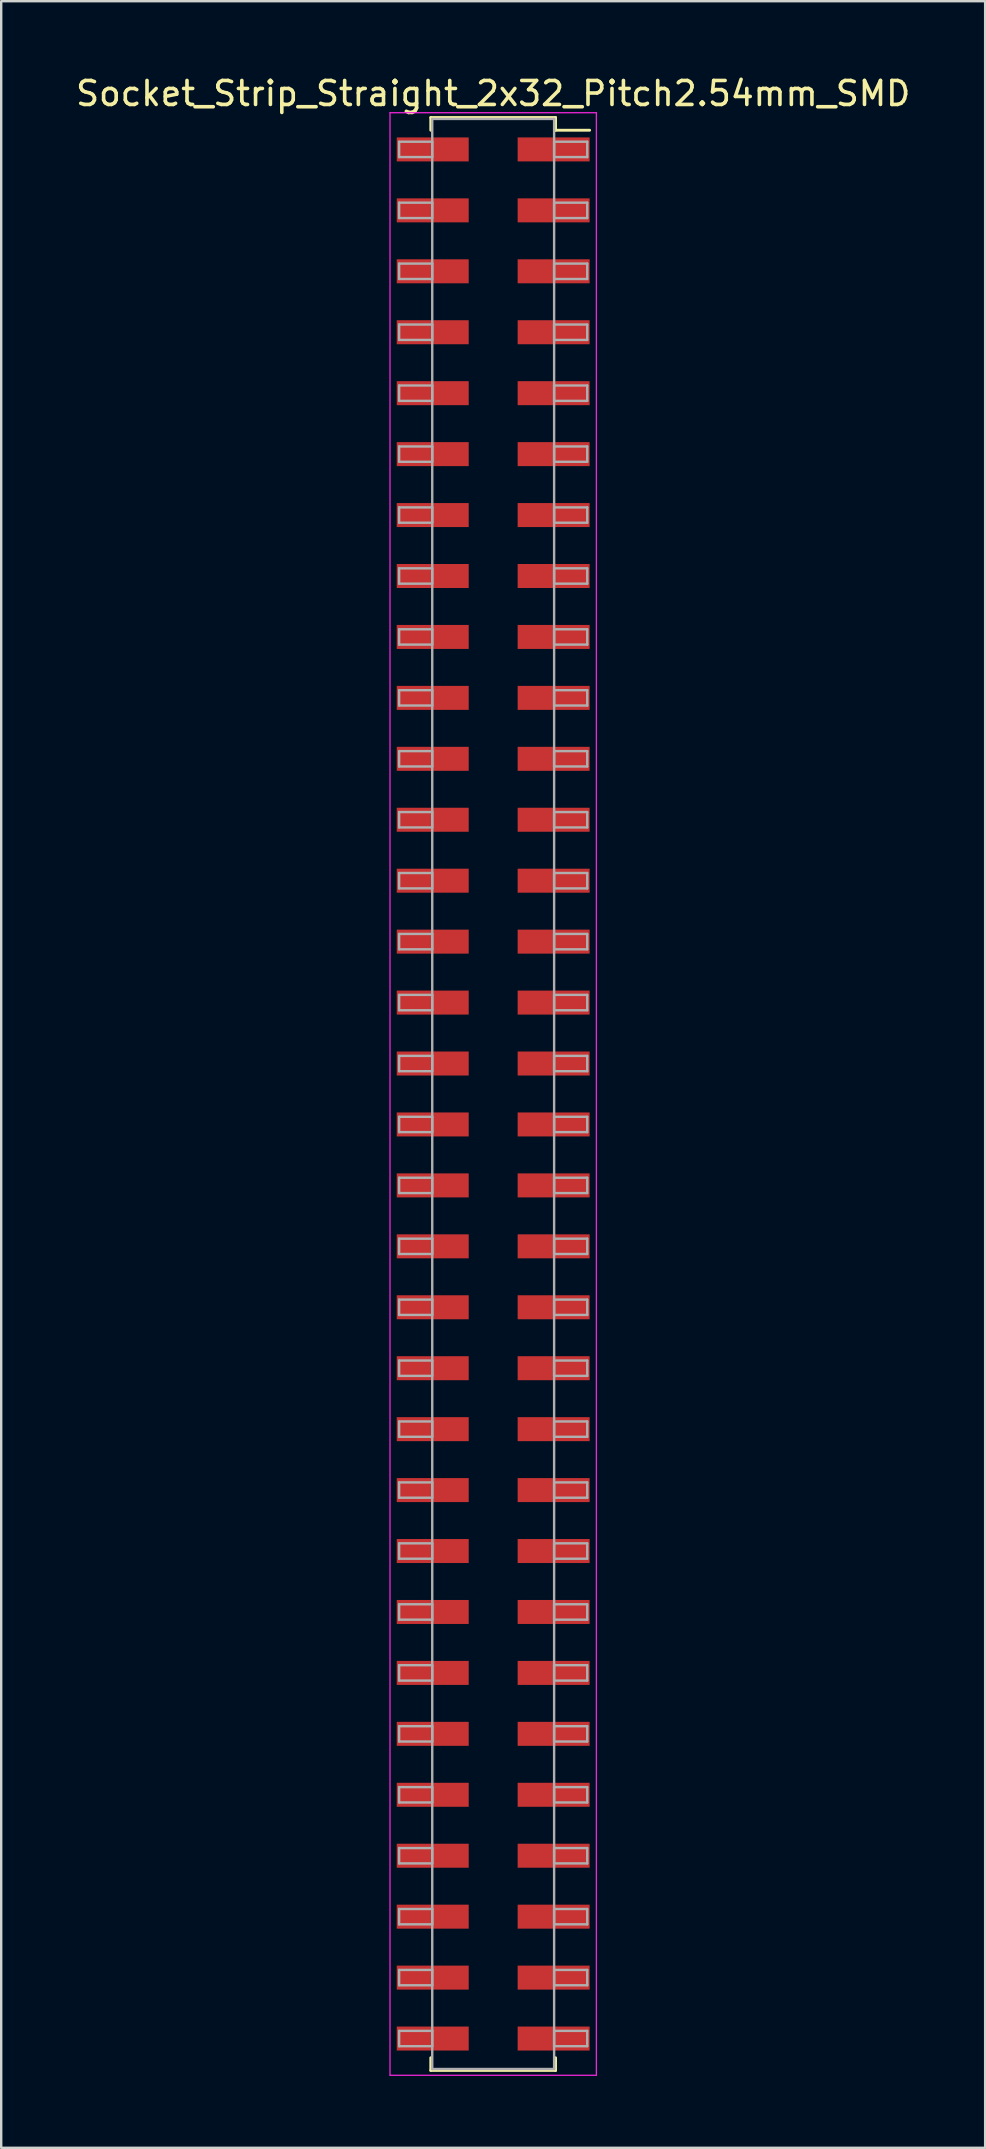
<source format=kicad_pcb>
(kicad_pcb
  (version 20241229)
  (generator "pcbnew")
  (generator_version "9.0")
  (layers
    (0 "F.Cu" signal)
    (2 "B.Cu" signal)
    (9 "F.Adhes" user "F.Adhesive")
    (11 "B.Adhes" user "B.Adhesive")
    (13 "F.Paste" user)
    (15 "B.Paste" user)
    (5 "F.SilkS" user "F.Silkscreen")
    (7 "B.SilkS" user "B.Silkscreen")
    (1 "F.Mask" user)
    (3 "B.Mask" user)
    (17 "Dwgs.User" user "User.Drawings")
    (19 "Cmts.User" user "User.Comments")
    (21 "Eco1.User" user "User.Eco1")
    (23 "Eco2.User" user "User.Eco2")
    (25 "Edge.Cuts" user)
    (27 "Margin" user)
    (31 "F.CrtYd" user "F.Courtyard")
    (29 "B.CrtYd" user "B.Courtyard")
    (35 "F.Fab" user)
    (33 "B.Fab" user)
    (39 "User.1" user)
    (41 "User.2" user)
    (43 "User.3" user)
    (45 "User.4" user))
  (footprint "Socket_Strip_Straight_2x32_Pitch2.54mm_SMD"
    (layer "F.Cu")
    (at 17.506 42.548)
    (property "Reference" "Socket_Strip_Straight_2x32_Pitch2.54mm_SMD" (at 0 -41.7 0) (layer "F.SilkS") (effects (font (size 1 1) (thickness 0.15))))
    (attr smd)
    (fp_line (start -2.6 -40.7) (end 2.6 -40.7) (stroke (width 0.12) (type solid)) (layer "F.SilkS"))
    (fp_line (start -2.6 -40.17) (end -2.6 -40.7) (stroke (width 0.12) (type solid)) (layer "F.SilkS"))
    (fp_line (start -2.6 40.17) (end -2.6 40.7) (stroke (width 0.12) (type solid)) (layer "F.SilkS"))
    (fp_line (start -2.6 40.7) (end 2.6 40.7) (stroke (width 0.12) (type solid)) (layer "F.SilkS"))
    (fp_line (start 2.6 -40.7) (end 2.6 -40.17) (stroke (width 0.12) (type solid)) (layer "F.SilkS"))
    (fp_line (start 2.6 40.7) (end 2.6 40.17) (stroke (width 0.12) (type solid)) (layer "F.SilkS"))
    (fp_line (start 4.02 -40.17) (end 2.6 -40.17) (stroke (width 0.12) (type solid)) (layer "F.SilkS"))
    (fp_line (start -4.3 -40.9) (end -4.3 40.9) (stroke (width 0.05) (type solid)) (layer "F.CrtYd"))
    (fp_line (start -4.3 40.9) (end 4.3 40.9) (stroke (width 0.05) (type solid)) (layer "F.CrtYd"))
    (fp_line (start 4.3 -40.9) (end -4.3 -40.9) (stroke (width 0.05) (type solid)) (layer "F.CrtYd"))
    (fp_line (start 4.3 40.9) (end 4.3 -40.9) (stroke (width 0.05) (type solid)) (layer "F.CrtYd"))
    (fp_line (start -3.92 -39.69) (end -2.54 -39.69) (stroke (width 0.1) (type solid)) (layer "F.Fab"))
    (fp_line (start -3.92 -39.05) (end -3.92 -39.69) (stroke (width 0.1) (type solid)) (layer "F.Fab"))
    (fp_line (start -3.92 -37.15) (end -2.54 -37.15) (stroke (width 0.1) (type solid)) (layer "F.Fab"))
    (fp_line (start -3.92 -36.51) (end -3.92 -37.15) (stroke (width 0.1) (type solid)) (layer "F.Fab"))
    (fp_line (start -3.92 -34.61) (end -2.54 -34.61) (stroke (width 0.1) (type solid)) (layer "F.Fab"))
    (fp_line (start -3.92 -33.97) (end -3.92 -34.61) (stroke (width 0.1) (type solid)) (layer "F.Fab"))
    (fp_line (start -3.92 -32.07) (end -2.54 -32.07) (stroke (width 0.1) (type solid)) (layer "F.Fab"))
    (fp_line (start -3.92 -31.43) (end -3.92 -32.07) (stroke (width 0.1) (type solid)) (layer "F.Fab"))
    (fp_line (start -3.92 -29.53) (end -2.54 -29.53) (stroke (width 0.1) (type solid)) (layer "F.Fab"))
    (fp_line (start -3.92 -28.89) (end -3.92 -29.53) (stroke (width 0.1) (type solid)) (layer "F.Fab"))
    (fp_line (start -3.92 -26.99) (end -2.54 -26.99) (stroke (width 0.1) (type solid)) (layer "F.Fab"))
    (fp_line (start -3.92 -26.35) (end -3.92 -26.99) (stroke (width 0.1) (type solid)) (layer "F.Fab"))
    (fp_line (start -3.92 -24.45) (end -2.54 -24.45) (stroke (width 0.1) (type solid)) (layer "F.Fab"))
    (fp_line (start -3.92 -23.81) (end -3.92 -24.45) (stroke (width 0.1) (type solid)) (layer "F.Fab"))
    (fp_line (start -3.92 -21.91) (end -2.54 -21.91) (stroke (width 0.1) (type solid)) (layer "F.Fab"))
    (fp_line (start -3.92 -21.27) (end -3.92 -21.91) (stroke (width 0.1) (type solid)) (layer "F.Fab"))
    (fp_line (start -3.92 -19.37) (end -2.54 -19.37) (stroke (width 0.1) (type solid)) (layer "F.Fab"))
    (fp_line (start -3.92 -18.73) (end -3.92 -19.37) (stroke (width 0.1) (type solid)) (layer "F.Fab"))
    (fp_line (start -3.92 -16.83) (end -2.54 -16.83) (stroke (width 0.1) (type solid)) (layer "F.Fab"))
    (fp_line (start -3.92 -16.19) (end -3.92 -16.83) (stroke (width 0.1) (type solid)) (layer "F.Fab"))
    (fp_line (start -3.92 -14.29) (end -2.54 -14.29) (stroke (width 0.1) (type solid)) (layer "F.Fab"))
    (fp_line (start -3.92 -13.65) (end -3.92 -14.29) (stroke (width 0.1) (type solid)) (layer "F.Fab"))
    (fp_line (start -3.92 -11.75) (end -2.54 -11.75) (stroke (width 0.1) (type solid)) (layer "F.Fab"))
    (fp_line (start -3.92 -11.11) (end -3.92 -11.75) (stroke (width 0.1) (type solid)) (layer "F.Fab"))
    (fp_line (start -3.92 -9.21) (end -2.54 -9.21) (stroke (width 0.1) (type solid)) (layer "F.Fab"))
    (fp_line (start -3.92 -8.57) (end -3.92 -9.21) (stroke (width 0.1) (type solid)) (layer "F.Fab"))
    (fp_line (start -3.92 -6.67) (end -2.54 -6.67) (stroke (width 0.1) (type solid)) (layer "F.Fab"))
    (fp_line (start -3.92 -6.03) (end -3.92 -6.67) (stroke (width 0.1) (type solid)) (layer "F.Fab"))
    (fp_line (start -3.92 -4.13) (end -2.54 -4.13) (stroke (width 0.1) (type solid)) (layer "F.Fab"))
    (fp_line (start -3.92 -3.49) (end -3.92 -4.13) (stroke (width 0.1) (type solid)) (layer "F.Fab"))
    (fp_line (start -3.92 -1.59) (end -2.54 -1.59) (stroke (width 0.1) (type solid)) (layer "F.Fab"))
    (fp_line (start -3.92 -0.95) (end -3.92 -1.59) (stroke (width 0.1) (type solid)) (layer "F.Fab"))
    (fp_line (start -3.92 0.95) (end -2.54 0.95) (stroke (width 0.1) (type solid)) (layer "F.Fab"))
    (fp_line (start -3.92 1.59) (end -3.92 0.95) (stroke (width 0.1) (type solid)) (layer "F.Fab"))
    (fp_line (start -3.92 3.49) (end -2.54 3.49) (stroke (width 0.1) (type solid)) (layer "F.Fab"))
    (fp_line (start -3.92 4.13) (end -3.92 3.49) (stroke (width 0.1) (type solid)) (layer "F.Fab"))
    (fp_line (start -3.92 6.03) (end -2.54 6.03) (stroke (width 0.1) (type solid)) (layer "F.Fab"))
    (fp_line (start -3.92 6.67) (end -3.92 6.03) (stroke (width 0.1) (type solid)) (layer "F.Fab"))
    (fp_line (start -3.92 8.57) (end -2.54 8.57) (stroke (width 0.1) (type solid)) (layer "F.Fab"))
    (fp_line (start -3.92 9.21) (end -3.92 8.57) (stroke (width 0.1) (type solid)) (layer "F.Fab"))
    (fp_line (start -3.92 11.11) (end -2.54 11.11) (stroke (width 0.1) (type solid)) (layer "F.Fab"))
    (fp_line (start -3.92 11.75) (end -3.92 11.11) (stroke (width 0.1) (type solid)) (layer "F.Fab"))
    (fp_line (start -3.92 13.65) (end -2.54 13.65) (stroke (width 0.1) (type solid)) (layer "F.Fab"))
    (fp_line (start -3.92 14.29) (end -3.92 13.65) (stroke (width 0.1) (type solid)) (layer "F.Fab"))
    (fp_line (start -3.92 16.19) (end -2.54 16.19) (stroke (width 0.1) (type solid)) (layer "F.Fab"))
    (fp_line (start -3.92 16.83) (end -3.92 16.19) (stroke (width 0.1) (type solid)) (layer "F.Fab"))
    (fp_line (start -3.92 18.73) (end -2.54 18.73) (stroke (width 0.1) (type solid)) (layer "F.Fab"))
    (fp_line (start -3.92 19.37) (end -3.92 18.73) (stroke (width 0.1) (type solid)) (layer "F.Fab"))
    (fp_line (start -3.92 21.27) (end -2.54 21.27) (stroke (width 0.1) (type solid)) (layer "F.Fab"))
    (fp_line (start -3.92 21.91) (end -3.92 21.27) (stroke (width 0.1) (type solid)) (layer "F.Fab"))
    (fp_line (start -3.92 23.81) (end -2.54 23.81) (stroke (width 0.1) (type solid)) (layer "F.Fab"))
    (fp_line (start -3.92 24.45) (end -3.92 23.81) (stroke (width 0.1) (type solid)) (layer "F.Fab"))
    (fp_line (start -3.92 26.35) (end -2.54 26.35) (stroke (width 0.1) (type solid)) (layer "F.Fab"))
    (fp_line (start -3.92 26.99) (end -3.92 26.35) (stroke (width 0.1) (type solid)) (layer "F.Fab"))
    (fp_line (start -3.92 28.89) (end -2.54 28.89) (stroke (width 0.1) (type solid)) (layer "F.Fab"))
    (fp_line (start -3.92 29.53) (end -3.92 28.89) (stroke (width 0.1) (type solid)) (layer "F.Fab"))
    (fp_line (start -3.92 31.43) (end -2.54 31.43) (stroke (width 0.1) (type solid)) (layer "F.Fab"))
    (fp_line (start -3.92 32.07) (end -3.92 31.43) (stroke (width 0.1) (type solid)) (layer "F.Fab"))
    (fp_line (start -3.92 33.97) (end -2.54 33.97) (stroke (width 0.1) (type solid)) (layer "F.Fab"))
    (fp_line (start -3.92 34.61) (end -3.92 33.97) (stroke (width 0.1) (type solid)) (layer "F.Fab"))
    (fp_line (start -3.92 36.51) (end -2.54 36.51) (stroke (width 0.1) (type solid)) (layer "F.Fab"))
    (fp_line (start -3.92 37.15) (end -3.92 36.51) (stroke (width 0.1) (type solid)) (layer "F.Fab"))
    (fp_line (start -3.92 39.05) (end -2.54 39.05) (stroke (width 0.1) (type solid)) (layer "F.Fab"))
    (fp_line (start -3.92 39.69) (end -3.92 39.05) (stroke (width 0.1) (type solid)) (layer "F.Fab"))
    (fp_line (start -2.54 -40.64) (end -2.54 40.64) (stroke (width 0.1) (type solid)) (layer "F.Fab"))
    (fp_line (start -2.54 -39.69) (end -2.54 -39.05) (stroke (width 0.1) (type solid)) (layer "F.Fab"))
    (fp_line (start -2.54 -39.05) (end -3.92 -39.05) (stroke (width 0.1) (type solid)) (layer "F.Fab"))
    (fp_line (start -2.54 -37.15) (end -2.54 -36.51) (stroke (width 0.1) (type solid)) (layer "F.Fab"))
    (fp_line (start -2.54 -36.51) (end -3.92 -36.51) (stroke (width 0.1) (type solid)) (layer "F.Fab"))
    (fp_line (start -2.54 -34.61) (end -2.54 -33.97) (stroke (width 0.1) (type solid)) (layer "F.Fab"))
    (fp_line (start -2.54 -33.97) (end -3.92 -33.97) (stroke (width 0.1) (type solid)) (layer "F.Fab"))
    (fp_line (start -2.54 -32.07) (end -2.54 -31.43) (stroke (width 0.1) (type solid)) (layer "F.Fab"))
    (fp_line (start -2.54 -31.43) (end -3.92 -31.43) (stroke (width 0.1) (type solid)) (layer "F.Fab"))
    (fp_line (start -2.54 -29.53) (end -2.54 -28.89) (stroke (width 0.1) (type solid)) (layer "F.Fab"))
    (fp_line (start -2.54 -28.89) (end -3.92 -28.89) (stroke (width 0.1) (type solid)) (layer "F.Fab"))
    (fp_line (start -2.54 -26.99) (end -2.54 -26.35) (stroke (width 0.1) (type solid)) (layer "F.Fab"))
    (fp_line (start -2.54 -26.35) (end -3.92 -26.35) (stroke (width 0.1) (type solid)) (layer "F.Fab"))
    (fp_line (start -2.54 -24.45) (end -2.54 -23.81) (stroke (width 0.1) (type solid)) (layer "F.Fab"))
    (fp_line (start -2.54 -23.81) (end -3.92 -23.81) (stroke (width 0.1) (type solid)) (layer "F.Fab"))
    (fp_line (start -2.54 -21.91) (end -2.54 -21.27) (stroke (width 0.1) (type solid)) (layer "F.Fab"))
    (fp_line (start -2.54 -21.27) (end -3.92 -21.27) (stroke (width 0.1) (type solid)) (layer "F.Fab"))
    (fp_line (start -2.54 -19.37) (end -2.54 -18.73) (stroke (width 0.1) (type solid)) (layer "F.Fab"))
    (fp_line (start -2.54 -18.73) (end -3.92 -18.73) (stroke (width 0.1) (type solid)) (layer "F.Fab"))
    (fp_line (start -2.54 -16.83) (end -2.54 -16.19) (stroke (width 0.1) (type solid)) (layer "F.Fab"))
    (fp_line (start -2.54 -16.19) (end -3.92 -16.19) (stroke (width 0.1) (type solid)) (layer "F.Fab"))
    (fp_line (start -2.54 -14.29) (end -2.54 -13.65) (stroke (width 0.1) (type solid)) (layer "F.Fab"))
    (fp_line (start -2.54 -13.65) (end -3.92 -13.65) (stroke (width 0.1) (type solid)) (layer "F.Fab"))
    (fp_line (start -2.54 -11.75) (end -2.54 -11.11) (stroke (width 0.1) (type solid)) (layer "F.Fab"))
    (fp_line (start -2.54 -11.11) (end -3.92 -11.11) (stroke (width 0.1) (type solid)) (layer "F.Fab"))
    (fp_line (start -2.54 -9.21) (end -2.54 -8.57) (stroke (width 0.1) (type solid)) (layer "F.Fab"))
    (fp_line (start -2.54 -8.57) (end -3.92 -8.57) (stroke (width 0.1) (type solid)) (layer "F.Fab"))
    (fp_line (start -2.54 -6.67) (end -2.54 -6.03) (stroke (width 0.1) (type solid)) (layer "F.Fab"))
    (fp_line (start -2.54 -6.03) (end -3.92 -6.03) (stroke (width 0.1) (type solid)) (layer "F.Fab"))
    (fp_line (start -2.54 -4.13) (end -2.54 -3.49) (stroke (width 0.1) (type solid)) (layer "F.Fab"))
    (fp_line (start -2.54 -3.49) (end -3.92 -3.49) (stroke (width 0.1) (type solid)) (layer "F.Fab"))
    (fp_line (start -2.54 -1.59) (end -2.54 -0.95) (stroke (width 0.1) (type solid)) (layer "F.Fab"))
    (fp_line (start -2.54 -0.95) (end -3.92 -0.95) (stroke (width 0.1) (type solid)) (layer "F.Fab"))
    (fp_line (start -2.54 0.95) (end -2.54 1.59) (stroke (width 0.1) (type solid)) (layer "F.Fab"))
    (fp_line (start -2.54 1.59) (end -3.92 1.59) (stroke (width 0.1) (type solid)) (layer "F.Fab"))
    (fp_line (start -2.54 3.49) (end -2.54 4.13) (stroke (width 0.1) (type solid)) (layer "F.Fab"))
    (fp_line (start -2.54 4.13) (end -3.92 4.13) (stroke (width 0.1) (type solid)) (layer "F.Fab"))
    (fp_line (start -2.54 6.03) (end -2.54 6.67) (stroke (width 0.1) (type solid)) (layer "F.Fab"))
    (fp_line (start -2.54 6.67) (end -3.92 6.67) (stroke (width 0.1) (type solid)) (layer "F.Fab"))
    (fp_line (start -2.54 8.57) (end -2.54 9.21) (stroke (width 0.1) (type solid)) (layer "F.Fab"))
    (fp_line (start -2.54 9.21) (end -3.92 9.21) (stroke (width 0.1) (type solid)) (layer "F.Fab"))
    (fp_line (start -2.54 11.11) (end -2.54 11.75) (stroke (width 0.1) (type solid)) (layer "F.Fab"))
    (fp_line (start -2.54 11.75) (end -3.92 11.75) (stroke (width 0.1) (type solid)) (layer "F.Fab"))
    (fp_line (start -2.54 13.65) (end -2.54 14.29) (stroke (width 0.1) (type solid)) (layer "F.Fab"))
    (fp_line (start -2.54 14.29) (end -3.92 14.29) (stroke (width 0.1) (type solid)) (layer "F.Fab"))
    (fp_line (start -2.54 16.19) (end -2.54 16.83) (stroke (width 0.1) (type solid)) (layer "F.Fab"))
    (fp_line (start -2.54 16.83) (end -3.92 16.83) (stroke (width 0.1) (type solid)) (layer "F.Fab"))
    (fp_line (start -2.54 18.73) (end -2.54 19.37) (stroke (width 0.1) (type solid)) (layer "F.Fab"))
    (fp_line (start -2.54 19.37) (end -3.92 19.37) (stroke (width 0.1) (type solid)) (layer "F.Fab"))
    (fp_line (start -2.54 21.27) (end -2.54 21.91) (stroke (width 0.1) (type solid)) (layer "F.Fab"))
    (fp_line (start -2.54 21.91) (end -3.92 21.91) (stroke (width 0.1) (type solid)) (layer "F.Fab"))
    (fp_line (start -2.54 23.81) (end -2.54 24.45) (stroke (width 0.1) (type solid)) (layer "F.Fab"))
    (fp_line (start -2.54 24.45) (end -3.92 24.45) (stroke (width 0.1) (type solid)) (layer "F.Fab"))
    (fp_line (start -2.54 26.35) (end -2.54 26.99) (stroke (width 0.1) (type solid)) (layer "F.Fab"))
    (fp_line (start -2.54 26.99) (end -3.92 26.99) (stroke (width 0.1) (type solid)) (layer "F.Fab"))
    (fp_line (start -2.54 28.89) (end -2.54 29.53) (stroke (width 0.1) (type solid)) (layer "F.Fab"))
    (fp_line (start -2.54 29.53) (end -3.92 29.53) (stroke (width 0.1) (type solid)) (layer "F.Fab"))
    (fp_line (start -2.54 31.43) (end -2.54 32.07) (stroke (width 0.1) (type solid)) (layer "F.Fab"))
    (fp_line (start -2.54 32.07) (end -3.92 32.07) (stroke (width 0.1) (type solid)) (layer "F.Fab"))
    (fp_line (start -2.54 33.97) (end -2.54 34.61) (stroke (width 0.1) (type solid)) (layer "F.Fab"))
    (fp_line (start -2.54 34.61) (end -3.92 34.61) (stroke (width 0.1) (type solid)) (layer "F.Fab"))
    (fp_line (start -2.54 36.51) (end -2.54 37.15) (stroke (width 0.1) (type solid)) (layer "F.Fab"))
    (fp_line (start -2.54 37.15) (end -3.92 37.15) (stroke (width 0.1) (type solid)) (layer "F.Fab"))
    (fp_line (start -2.54 39.05) (end -2.54 39.69) (stroke (width 0.1) (type solid)) (layer "F.Fab"))
    (fp_line (start -2.54 39.69) (end -3.92 39.69) (stroke (width 0.1) (type solid)) (layer "F.Fab"))
    (fp_line (start -2.54 40.64) (end 2.54 40.64) (stroke (width 0.1) (type solid)) (layer "F.Fab"))
    (fp_line (start 2.54 -40.64) (end -2.54 -40.64) (stroke (width 0.1) (type solid)) (layer "F.Fab"))
    (fp_line (start 2.54 -39.69) (end 2.54 -39.05) (stroke (width 0.1) (type solid)) (layer "F.Fab"))
    (fp_line (start 2.54 -39.05) (end 3.92 -39.05) (stroke (width 0.1) (type solid)) (layer "F.Fab"))
    (fp_line (start 2.54 -37.15) (end 2.54 -36.51) (stroke (width 0.1) (type solid)) (layer "F.Fab"))
    (fp_line (start 2.54 -36.51) (end 3.92 -36.51) (stroke (width 0.1) (type solid)) (layer "F.Fab"))
    (fp_line (start 2.54 -34.61) (end 2.54 -33.97) (stroke (width 0.1) (type solid)) (layer "F.Fab"))
    (fp_line (start 2.54 -33.97) (end 3.92 -33.97) (stroke (width 0.1) (type solid)) (layer "F.Fab"))
    (fp_line (start 2.54 -32.07) (end 2.54 -31.43) (stroke (width 0.1) (type solid)) (layer "F.Fab"))
    (fp_line (start 2.54 -31.43) (end 3.92 -31.43) (stroke (width 0.1) (type solid)) (layer "F.Fab"))
    (fp_line (start 2.54 -29.53) (end 2.54 -28.89) (stroke (width 0.1) (type solid)) (layer "F.Fab"))
    (fp_line (start 2.54 -28.89) (end 3.92 -28.89) (stroke (width 0.1) (type solid)) (layer "F.Fab"))
    (fp_line (start 2.54 -26.99) (end 2.54 -26.35) (stroke (width 0.1) (type solid)) (layer "F.Fab"))
    (fp_line (start 2.54 -26.35) (end 3.92 -26.35) (stroke (width 0.1) (type solid)) (layer "F.Fab"))
    (fp_line (start 2.54 -24.45) (end 2.54 -23.81) (stroke (width 0.1) (type solid)) (layer "F.Fab"))
    (fp_line (start 2.54 -23.81) (end 3.92 -23.81) (stroke (width 0.1) (type solid)) (layer "F.Fab"))
    (fp_line (start 2.54 -21.91) (end 2.54 -21.27) (stroke (width 0.1) (type solid)) (layer "F.Fab"))
    (fp_line (start 2.54 -21.27) (end 3.92 -21.27) (stroke (width 0.1) (type solid)) (layer "F.Fab"))
    (fp_line (start 2.54 -19.37) (end 2.54 -18.73) (stroke (width 0.1) (type solid)) (layer "F.Fab"))
    (fp_line (start 2.54 -18.73) (end 3.92 -18.73) (stroke (width 0.1) (type solid)) (layer "F.Fab"))
    (fp_line (start 2.54 -16.83) (end 2.54 -16.19) (stroke (width 0.1) (type solid)) (layer "F.Fab"))
    (fp_line (start 2.54 -16.19) (end 3.92 -16.19) (stroke (width 0.1) (type solid)) (layer "F.Fab"))
    (fp_line (start 2.54 -14.29) (end 2.54 -13.65) (stroke (width 0.1) (type solid)) (layer "F.Fab"))
    (fp_line (start 2.54 -13.65) (end 3.92 -13.65) (stroke (width 0.1) (type solid)) (layer "F.Fab"))
    (fp_line (start 2.54 -11.75) (end 2.54 -11.11) (stroke (width 0.1) (type solid)) (layer "F.Fab"))
    (fp_line (start 2.54 -11.11) (end 3.92 -11.11) (stroke (width 0.1) (type solid)) (layer "F.Fab"))
    (fp_line (start 2.54 -9.21) (end 2.54 -8.57) (stroke (width 0.1) (type solid)) (layer "F.Fab"))
    (fp_line (start 2.54 -8.57) (end 3.92 -8.57) (stroke (width 0.1) (type solid)) (layer "F.Fab"))
    (fp_line (start 2.54 -6.67) (end 2.54 -6.03) (stroke (width 0.1) (type solid)) (layer "F.Fab"))
    (fp_line (start 2.54 -6.03) (end 3.92 -6.03) (stroke (width 0.1) (type solid)) (layer "F.Fab"))
    (fp_line (start 2.54 -4.13) (end 2.54 -3.49) (stroke (width 0.1) (type solid)) (layer "F.Fab"))
    (fp_line (start 2.54 -3.49) (end 3.92 -3.49) (stroke (width 0.1) (type solid)) (layer "F.Fab"))
    (fp_line (start 2.54 -1.59) (end 2.54 -0.95) (stroke (width 0.1) (type solid)) (layer "F.Fab"))
    (fp_line (start 2.54 -0.95) (end 3.92 -0.95) (stroke (width 0.1) (type solid)) (layer "F.Fab"))
    (fp_line (start 2.54 0.95) (end 2.54 1.59) (stroke (width 0.1) (type solid)) (layer "F.Fab"))
    (fp_line (start 2.54 1.59) (end 3.92 1.59) (stroke (width 0.1) (type solid)) (layer "F.Fab"))
    (fp_line (start 2.54 3.49) (end 2.54 4.13) (stroke (width 0.1) (type solid)) (layer "F.Fab"))
    (fp_line (start 2.54 4.13) (end 3.92 4.13) (stroke (width 0.1) (type solid)) (layer "F.Fab"))
    (fp_line (start 2.54 6.03) (end 2.54 6.67) (stroke (width 0.1) (type solid)) (layer "F.Fab"))
    (fp_line (start 2.54 6.67) (end 3.92 6.67) (stroke (width 0.1) (type solid)) (layer "F.Fab"))
    (fp_line (start 2.54 8.57) (end 2.54 9.21) (stroke (width 0.1) (type solid)) (layer "F.Fab"))
    (fp_line (start 2.54 9.21) (end 3.92 9.21) (stroke (width 0.1) (type solid)) (layer "F.Fab"))
    (fp_line (start 2.54 11.11) (end 2.54 11.75) (stroke (width 0.1) (type solid)) (layer "F.Fab"))
    (fp_line (start 2.54 11.75) (end 3.92 11.75) (stroke (width 0.1) (type solid)) (layer "F.Fab"))
    (fp_line (start 2.54 13.65) (end 2.54 14.29) (stroke (width 0.1) (type solid)) (layer "F.Fab"))
    (fp_line (start 2.54 14.29) (end 3.92 14.29) (stroke (width 0.1) (type solid)) (layer "F.Fab"))
    (fp_line (start 2.54 16.19) (end 2.54 16.83) (stroke (width 0.1) (type solid)) (layer "F.Fab"))
    (fp_line (start 2.54 16.83) (end 3.92 16.83) (stroke (width 0.1) (type solid)) (layer "F.Fab"))
    (fp_line (start 2.54 18.73) (end 2.54 19.37) (stroke (width 0.1) (type solid)) (layer "F.Fab"))
    (fp_line (start 2.54 19.37) (end 3.92 19.37) (stroke (width 0.1) (type solid)) (layer "F.Fab"))
    (fp_line (start 2.54 21.27) (end 2.54 21.91) (stroke (width 0.1) (type solid)) (layer "F.Fab"))
    (fp_line (start 2.54 21.91) (end 3.92 21.91) (stroke (width 0.1) (type solid)) (layer "F.Fab"))
    (fp_line (start 2.54 23.81) (end 2.54 24.45) (stroke (width 0.1) (type solid)) (layer "F.Fab"))
    (fp_line (start 2.54 24.45) (end 3.92 24.45) (stroke (width 0.1) (type solid)) (layer "F.Fab"))
    (fp_line (start 2.54 26.35) (end 2.54 26.99) (stroke (width 0.1) (type solid)) (layer "F.Fab"))
    (fp_line (start 2.54 26.99) (end 3.92 26.99) (stroke (width 0.1) (type solid)) (layer "F.Fab"))
    (fp_line (start 2.54 28.89) (end 2.54 29.53) (stroke (width 0.1) (type solid)) (layer "F.Fab"))
    (fp_line (start 2.54 29.53) (end 3.92 29.53) (stroke (width 0.1) (type solid)) (layer "F.Fab"))
    (fp_line (start 2.54 31.43) (end 2.54 32.07) (stroke (width 0.1) (type solid)) (layer "F.Fab"))
    (fp_line (start 2.54 32.07) (end 3.92 32.07) (stroke (width 0.1) (type solid)) (layer "F.Fab"))
    (fp_line (start 2.54 33.97) (end 2.54 34.61) (stroke (width 0.1) (type solid)) (layer "F.Fab"))
    (fp_line (start 2.54 34.61) (end 3.92 34.61) (stroke (width 0.1) (type solid)) (layer "F.Fab"))
    (fp_line (start 2.54 36.51) (end 2.54 37.15) (stroke (width 0.1) (type solid)) (layer "F.Fab"))
    (fp_line (start 2.54 37.15) (end 3.92 37.15) (stroke (width 0.1) (type solid)) (layer "F.Fab"))
    (fp_line (start 2.54 39.05) (end 2.54 39.69) (stroke (width 0.1) (type solid)) (layer "F.Fab"))
    (fp_line (start 2.54 39.69) (end 3.92 39.69) (stroke (width 0.1) (type solid)) (layer "F.Fab"))
    (fp_line (start 2.54 40.64) (end 2.54 -40.64) (stroke (width 0.1) (type solid)) (layer "F.Fab"))
    (fp_line (start 3.92 -39.69) (end 2.54 -39.69) (stroke (width 0.1) (type solid)) (layer "F.Fab"))
    (fp_line (start 3.92 -39.05) (end 3.92 -39.69) (stroke (width 0.1) (type solid)) (layer "F.Fab"))
    (fp_line (start 3.92 -37.15) (end 2.54 -37.15) (stroke (width 0.1) (type solid)) (layer "F.Fab"))
    (fp_line (start 3.92 -36.51) (end 3.92 -37.15) (stroke (width 0.1) (type solid)) (layer "F.Fab"))
    (fp_line (start 3.92 -34.61) (end 2.54 -34.61) (stroke (width 0.1) (type solid)) (layer "F.Fab"))
    (fp_line (start 3.92 -33.97) (end 3.92 -34.61) (stroke (width 0.1) (type solid)) (layer "F.Fab"))
    (fp_line (start 3.92 -32.07) (end 2.54 -32.07) (stroke (width 0.1) (type solid)) (layer "F.Fab"))
    (fp_line (start 3.92 -31.43) (end 3.92 -32.07) (stroke (width 0.1) (type solid)) (layer "F.Fab"))
    (fp_line (start 3.92 -29.53) (end 2.54 -29.53) (stroke (width 0.1) (type solid)) (layer "F.Fab"))
    (fp_line (start 3.92 -28.89) (end 3.92 -29.53) (stroke (width 0.1) (type solid)) (layer "F.Fab"))
    (fp_line (start 3.92 -26.99) (end 2.54 -26.99) (stroke (width 0.1) (type solid)) (layer "F.Fab"))
    (fp_line (start 3.92 -26.35) (end 3.92 -26.99) (stroke (width 0.1) (type solid)) (layer "F.Fab"))
    (fp_line (start 3.92 -24.45) (end 2.54 -24.45) (stroke (width 0.1) (type solid)) (layer "F.Fab"))
    (fp_line (start 3.92 -23.81) (end 3.92 -24.45) (stroke (width 0.1) (type solid)) (layer "F.Fab"))
    (fp_line (start 3.92 -21.91) (end 2.54 -21.91) (stroke (width 0.1) (type solid)) (layer "F.Fab"))
    (fp_line (start 3.92 -21.27) (end 3.92 -21.91) (stroke (width 0.1) (type solid)) (layer "F.Fab"))
    (fp_line (start 3.92 -19.37) (end 2.54 -19.37) (stroke (width 0.1) (type solid)) (layer "F.Fab"))
    (fp_line (start 3.92 -18.73) (end 3.92 -19.37) (stroke (width 0.1) (type solid)) (layer "F.Fab"))
    (fp_line (start 3.92 -16.83) (end 2.54 -16.83) (stroke (width 0.1) (type solid)) (layer "F.Fab"))
    (fp_line (start 3.92 -16.19) (end 3.92 -16.83) (stroke (width 0.1) (type solid)) (layer "F.Fab"))
    (fp_line (start 3.92 -14.29) (end 2.54 -14.29) (stroke (width 0.1) (type solid)) (layer "F.Fab"))
    (fp_line (start 3.92 -13.65) (end 3.92 -14.29) (stroke (width 0.1) (type solid)) (layer "F.Fab"))
    (fp_line (start 3.92 -11.75) (end 2.54 -11.75) (stroke (width 0.1) (type solid)) (layer "F.Fab"))
    (fp_line (start 3.92 -11.11) (end 3.92 -11.75) (stroke (width 0.1) (type solid)) (layer "F.Fab"))
    (fp_line (start 3.92 -9.21) (end 2.54 -9.21) (stroke (width 0.1) (type solid)) (layer "F.Fab"))
    (fp_line (start 3.92 -8.57) (end 3.92 -9.21) (stroke (width 0.1) (type solid)) (layer "F.Fab"))
    (fp_line (start 3.92 -6.67) (end 2.54 -6.67) (stroke (width 0.1) (type solid)) (layer "F.Fab"))
    (fp_line (start 3.92 -6.03) (end 3.92 -6.67) (stroke (width 0.1) (type solid)) (layer "F.Fab"))
    (fp_line (start 3.92 -4.13) (end 2.54 -4.13) (stroke (width 0.1) (type solid)) (layer "F.Fab"))
    (fp_line (start 3.92 -3.49) (end 3.92 -4.13) (stroke (width 0.1) (type solid)) (layer "F.Fab"))
    (fp_line (start 3.92 -1.59) (end 2.54 -1.59) (stroke (width 0.1) (type solid)) (layer "F.Fab"))
    (fp_line (start 3.92 -0.95) (end 3.92 -1.59) (stroke (width 0.1) (type solid)) (layer "F.Fab"))
    (fp_line (start 3.92 0.95) (end 2.54 0.95) (stroke (width 0.1) (type solid)) (layer "F.Fab"))
    (fp_line (start 3.92 1.59) (end 3.92 0.95) (stroke (width 0.1) (type solid)) (layer "F.Fab"))
    (fp_line (start 3.92 3.49) (end 2.54 3.49) (stroke (width 0.1) (type solid)) (layer "F.Fab"))
    (fp_line (start 3.92 4.13) (end 3.92 3.49) (stroke (width 0.1) (type solid)) (layer "F.Fab"))
    (fp_line (start 3.92 6.03) (end 2.54 6.03) (stroke (width 0.1) (type solid)) (layer "F.Fab"))
    (fp_line (start 3.92 6.67) (end 3.92 6.03) (stroke (width 0.1) (type solid)) (layer "F.Fab"))
    (fp_line (start 3.92 8.57) (end 2.54 8.57) (stroke (width 0.1) (type solid)) (layer "F.Fab"))
    (fp_line (start 3.92 9.21) (end 3.92 8.57) (stroke (width 0.1) (type solid)) (layer "F.Fab"))
    (fp_line (start 3.92 11.11) (end 2.54 11.11) (stroke (width 0.1) (type solid)) (layer "F.Fab"))
    (fp_line (start 3.92 11.75) (end 3.92 11.11) (stroke (width 0.1) (type solid)) (layer "F.Fab"))
    (fp_line (start 3.92 13.65) (end 2.54 13.65) (stroke (width 0.1) (type solid)) (layer "F.Fab"))
    (fp_line (start 3.92 14.29) (end 3.92 13.65) (stroke (width 0.1) (type solid)) (layer "F.Fab"))
    (fp_line (start 3.92 16.19) (end 2.54 16.19) (stroke (width 0.1) (type solid)) (layer "F.Fab"))
    (fp_line (start 3.92 16.83) (end 3.92 16.19) (stroke (width 0.1) (type solid)) (layer "F.Fab"))
    (fp_line (start 3.92 18.73) (end 2.54 18.73) (stroke (width 0.1) (type solid)) (layer "F.Fab"))
    (fp_line (start 3.92 19.37) (end 3.92 18.73) (stroke (width 0.1) (type solid)) (layer "F.Fab"))
    (fp_line (start 3.92 21.27) (end 2.54 21.27) (stroke (width 0.1) (type solid)) (layer "F.Fab"))
    (fp_line (start 3.92 21.91) (end 3.92 21.27) (stroke (width 0.1) (type solid)) (layer "F.Fab"))
    (fp_line (start 3.92 23.81) (end 2.54 23.81) (stroke (width 0.1) (type solid)) (layer "F.Fab"))
    (fp_line (start 3.92 24.45) (end 3.92 23.81) (stroke (width 0.1) (type solid)) (layer "F.Fab"))
    (fp_line (start 3.92 26.35) (end 2.54 26.35) (stroke (width 0.1) (type solid)) (layer "F.Fab"))
    (fp_line (start 3.92 26.99) (end 3.92 26.35) (stroke (width 0.1) (type solid)) (layer "F.Fab"))
    (fp_line (start 3.92 28.89) (end 2.54 28.89) (stroke (width 0.1) (type solid)) (layer "F.Fab"))
    (fp_line (start 3.92 29.53) (end 3.92 28.89) (stroke (width 0.1) (type solid)) (layer "F.Fab"))
    (fp_line (start 3.92 31.43) (end 2.54 31.43) (stroke (width 0.1) (type solid)) (layer "F.Fab"))
    (fp_line (start 3.92 32.07) (end 3.92 31.43) (stroke (width 0.1) (type solid)) (layer "F.Fab"))
    (fp_line (start 3.92 33.97) (end 2.54 33.97) (stroke (width 0.1) (type solid)) (layer "F.Fab"))
    (fp_line (start 3.92 34.61) (end 3.92 33.97) (stroke (width 0.1) (type solid)) (layer "F.Fab"))
    (fp_line (start 3.92 36.51) (end 2.54 36.51) (stroke (width 0.1) (type solid)) (layer "F.Fab"))
    (fp_line (start 3.92 37.15) (end 3.92 36.51) (stroke (width 0.1) (type solid)) (layer "F.Fab"))
    (fp_line (start 3.92 39.05) (end 2.54 39.05) (stroke (width 0.1) (type solid)) (layer "F.Fab"))
    (fp_line (start 3.92 39.69) (end 3.92 39.05) (stroke (width 0.1) (type solid)) (layer "F.Fab"))
    (pad "1" smd rect (at 2.52 -39.37) (size 3 1) (layers "F.Cu" "F.Mask"))
    (pad "2" smd rect (at -2.52 -39.37) (size 3 1) (layers "F.Cu" "F.Mask"))
    (pad "3" smd rect (at 2.52 -36.83) (size 3 1) (layers "F.Cu" "F.Mask"))
    (pad "4" smd rect (at -2.52 -36.83) (size 3 1) (layers "F.Cu" "F.Mask"))
    (pad "5" smd rect (at 2.52 -34.29) (size 3 1) (layers "F.Cu" "F.Mask"))
    (pad "6" smd rect (at -2.52 -34.29) (size 3 1) (layers "F.Cu" "F.Mask"))
    (pad "7" smd rect (at 2.52 -31.75) (size 3 1) (layers "F.Cu" "F.Mask"))
    (pad "8" smd rect (at -2.52 -31.75) (size 3 1) (layers "F.Cu" "F.Mask"))
    (pad "9" smd rect (at 2.52 -29.21) (size 3 1) (layers "F.Cu" "F.Mask"))
    (pad "10" smd rect (at -2.52 -29.21) (size 3 1) (layers "F.Cu" "F.Mask"))
    (pad "11" smd rect (at 2.52 -26.67) (size 3 1) (layers "F.Cu" "F.Mask"))
    (pad "12" smd rect (at -2.52 -26.67) (size 3 1) (layers "F.Cu" "F.Mask"))
    (pad "13" smd rect (at 2.52 -24.13) (size 3 1) (layers "F.Cu" "F.Mask"))
    (pad "14" smd rect (at -2.52 -24.13) (size 3 1) (layers "F.Cu" "F.Mask"))
    (pad "15" smd rect (at 2.52 -21.59) (size 3 1) (layers "F.Cu" "F.Mask"))
    (pad "16" smd rect (at -2.52 -21.59) (size 3 1) (layers "F.Cu" "F.Mask"))
    (pad "17" smd rect (at 2.52 -19.05) (size 3 1) (layers "F.Cu" "F.Mask"))
    (pad "18" smd rect (at -2.52 -19.05) (size 3 1) (layers "F.Cu" "F.Mask"))
    (pad "19" smd rect (at 2.52 -16.51) (size 3 1) (layers "F.Cu" "F.Mask"))
    (pad "20" smd rect (at -2.52 -16.51) (size 3 1) (layers "F.Cu" "F.Mask"))
    (pad "21" smd rect (at 2.52 -13.97) (size 3 1) (layers "F.Cu" "F.Mask"))
    (pad "22" smd rect (at -2.52 -13.97) (size 3 1) (layers "F.Cu" "F.Mask"))
    (pad "23" smd rect (at 2.52 -11.43) (size 3 1) (layers "F.Cu" "F.Mask"))
    (pad "24" smd rect (at -2.52 -11.43) (size 3 1) (layers "F.Cu" "F.Mask"))
    (pad "25" smd rect (at 2.52 -8.89) (size 3 1) (layers "F.Cu" "F.Mask"))
    (pad "26" smd rect (at -2.52 -8.89) (size 3 1) (layers "F.Cu" "F.Mask"))
    (pad "27" smd rect (at 2.52 -6.35) (size 3 1) (layers "F.Cu" "F.Mask"))
    (pad "28" smd rect (at -2.52 -6.35) (size 3 1) (layers "F.Cu" "F.Mask"))
    (pad "29" smd rect (at 2.52 -3.81) (size 3 1) (layers "F.Cu" "F.Mask"))
    (pad "30" smd rect (at -2.52 -3.81) (size 3 1) (layers "F.Cu" "F.Mask"))
    (pad "31" smd rect (at 2.52 -1.27) (size 3 1) (layers "F.Cu" "F.Mask"))
    (pad "32" smd rect (at -2.52 -1.27) (size 3 1) (layers "F.Cu" "F.Mask"))
    (pad "33" smd rect (at 2.52 1.27) (size 3 1) (layers "F.Cu" "F.Mask"))
    (pad "34" smd rect (at -2.52 1.27) (size 3 1) (layers "F.Cu" "F.Mask"))
    (pad "35" smd rect (at 2.52 3.81) (size 3 1) (layers "F.Cu" "F.Mask"))
    (pad "36" smd rect (at -2.52 3.81) (size 3 1) (layers "F.Cu" "F.Mask"))
    (pad "37" smd rect (at 2.52 6.35) (size 3 1) (layers "F.Cu" "F.Mask"))
    (pad "38" smd rect (at -2.52 6.35) (size 3 1) (layers "F.Cu" "F.Mask"))
    (pad "39" smd rect (at 2.52 8.89) (size 3 1) (layers "F.Cu" "F.Mask"))
    (pad "40" smd rect (at -2.52 8.89) (size 3 1) (layers "F.Cu" "F.Mask"))
    (pad "41" smd rect (at 2.52 11.43) (size 3 1) (layers "F.Cu" "F.Mask"))
    (pad "42" smd rect (at -2.52 11.43) (size 3 1) (layers "F.Cu" "F.Mask"))
    (pad "43" smd rect (at 2.52 13.97) (size 3 1) (layers "F.Cu" "F.Mask"))
    (pad "44" smd rect (at -2.52 13.97) (size 3 1) (layers "F.Cu" "F.Mask"))
    (pad "45" smd rect (at 2.52 16.51) (size 3 1) (layers "F.Cu" "F.Mask"))
    (pad "46" smd rect (at -2.52 16.51) (size 3 1) (layers "F.Cu" "F.Mask"))
    (pad "47" smd rect (at 2.52 19.05) (size 3 1) (layers "F.Cu" "F.Mask"))
    (pad "48" smd rect (at -2.52 19.05) (size 3 1) (layers "F.Cu" "F.Mask"))
    (pad "49" smd rect (at 2.52 21.59) (size 3 1) (layers "F.Cu" "F.Mask"))
    (pad "50" smd rect (at -2.52 21.59) (size 3 1) (layers "F.Cu" "F.Mask"))
    (pad "51" smd rect (at 2.52 24.13) (size 3 1) (layers "F.Cu" "F.Mask"))
    (pad "52" smd rect (at -2.52 24.13) (size 3 1) (layers "F.Cu" "F.Mask"))
    (pad "53" smd rect (at 2.52 26.67) (size 3 1) (layers "F.Cu" "F.Mask"))
    (pad "54" smd rect (at -2.52 26.67) (size 3 1) (layers "F.Cu" "F.Mask"))
    (pad "55" smd rect (at 2.52 29.21) (size 3 1) (layers "F.Cu" "F.Mask"))
    (pad "56" smd rect (at -2.52 29.21) (size 3 1) (layers "F.Cu" "F.Mask"))
    (pad "57" smd rect (at 2.52 31.75) (size 3 1) (layers "F.Cu" "F.Mask"))
    (pad "58" smd rect (at -2.52 31.75) (size 3 1) (layers "F.Cu" "F.Mask"))
    (pad "59" smd rect (at 2.52 34.29) (size 3 1) (layers "F.Cu" "F.Mask"))
    (pad "60" smd rect (at -2.52 34.29) (size 3 1) (layers "F.Cu" "F.Mask"))
    (pad "61" smd rect (at 2.52 36.83) (size 3 1) (layers "F.Cu" "F.Mask"))
    (pad "62" smd rect (at -2.52 36.83) (size 3 1) (layers "F.Cu" "F.Mask"))
    (pad "63" smd rect (at 2.52 39.37) (size 3 1) (layers "F.Cu" "F.Mask"))
    (pad "64" smd rect (at -2.52 39.37) (size 3 1) (layers "F.Cu" "F.Mask")))
  (gr_rect
    (start -3 -3)
    (end 38.012 86.473)
    (stroke (width 0.1) (type default))
    (fill no)
    (layer "Edge.Cuts")))
</source>
